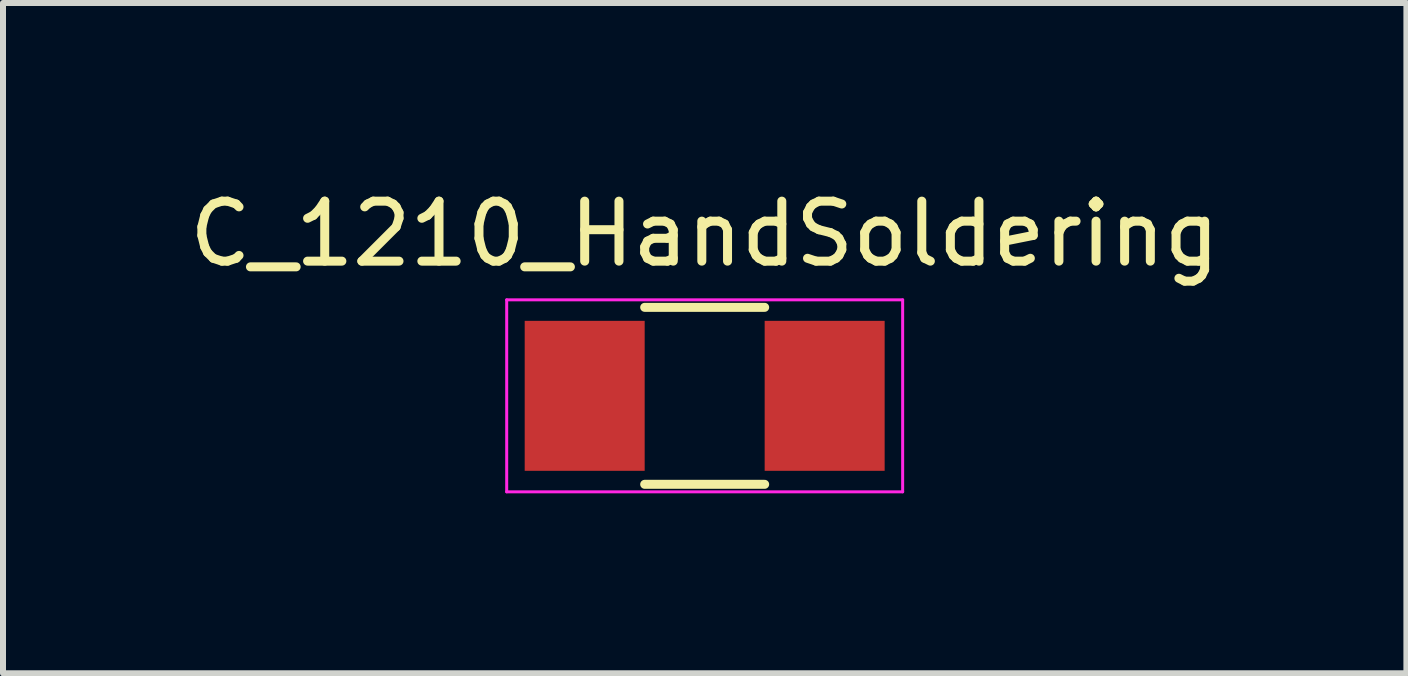
<source format=kicad_pcb>
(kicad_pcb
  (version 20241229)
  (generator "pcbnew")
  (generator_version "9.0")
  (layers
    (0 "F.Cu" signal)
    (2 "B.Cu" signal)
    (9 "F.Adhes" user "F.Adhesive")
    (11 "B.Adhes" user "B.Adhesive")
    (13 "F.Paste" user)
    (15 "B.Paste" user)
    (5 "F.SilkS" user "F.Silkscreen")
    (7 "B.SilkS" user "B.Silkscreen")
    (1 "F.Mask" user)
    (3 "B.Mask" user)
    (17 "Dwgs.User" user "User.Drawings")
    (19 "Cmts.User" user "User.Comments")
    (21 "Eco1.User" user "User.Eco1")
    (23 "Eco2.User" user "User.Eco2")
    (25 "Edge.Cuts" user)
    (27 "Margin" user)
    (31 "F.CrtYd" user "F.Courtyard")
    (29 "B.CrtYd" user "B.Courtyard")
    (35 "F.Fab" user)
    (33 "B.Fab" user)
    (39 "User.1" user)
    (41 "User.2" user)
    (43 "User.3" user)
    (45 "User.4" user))
  (footprint "C_1210_HandSoldering"
    (layer "F.Cu")
    (at 8.696 3.548)
    (property "Reference" "C_1210_HandSoldering" (at 0 -2.7 0) (layer "F.SilkS") (effects (font (size 1 1) (thickness 0.15))))
    (attr smd)
    (fp_line (start -1 1.475) (end 1 1.475) (stroke (width 0.15) (type solid)) (layer "F.SilkS"))
    (fp_line (start 1 -1.475) (end -1 -1.475) (stroke (width 0.15) (type solid)) (layer "F.SilkS"))
    (fp_line (start -3.3 -1.6) (end -3.3 1.6) (stroke (width 0.05) (type solid)) (layer "F.CrtYd"))
    (fp_line (start -3.3 -1.6) (end 3.3 -1.6) (stroke (width 0.05) (type solid)) (layer "F.CrtYd"))
    (fp_line (start -3.3 1.6) (end 3.3 1.6) (stroke (width 0.05) (type solid)) (layer "F.CrtYd"))
    (fp_line (start 3.3 -1.6) (end 3.3 1.6) (stroke (width 0.05) (type solid)) (layer "F.CrtYd"))
    (pad "1" smd rect (at -2 0) (size 2 2.5) (layers "F.Cu" "F.Mask" "F.Paste"))
    (pad "2" smd rect (at 2 0) (size 2 2.5) (layers "F.Cu" "F.Mask" "F.Paste")))
  (gr_rect
    (start -3 -3)
    (end 20.393 8.173)
    (stroke (width 0.1) (type default))
    (fill no)
    (layer "Edge.Cuts")))
</source>
